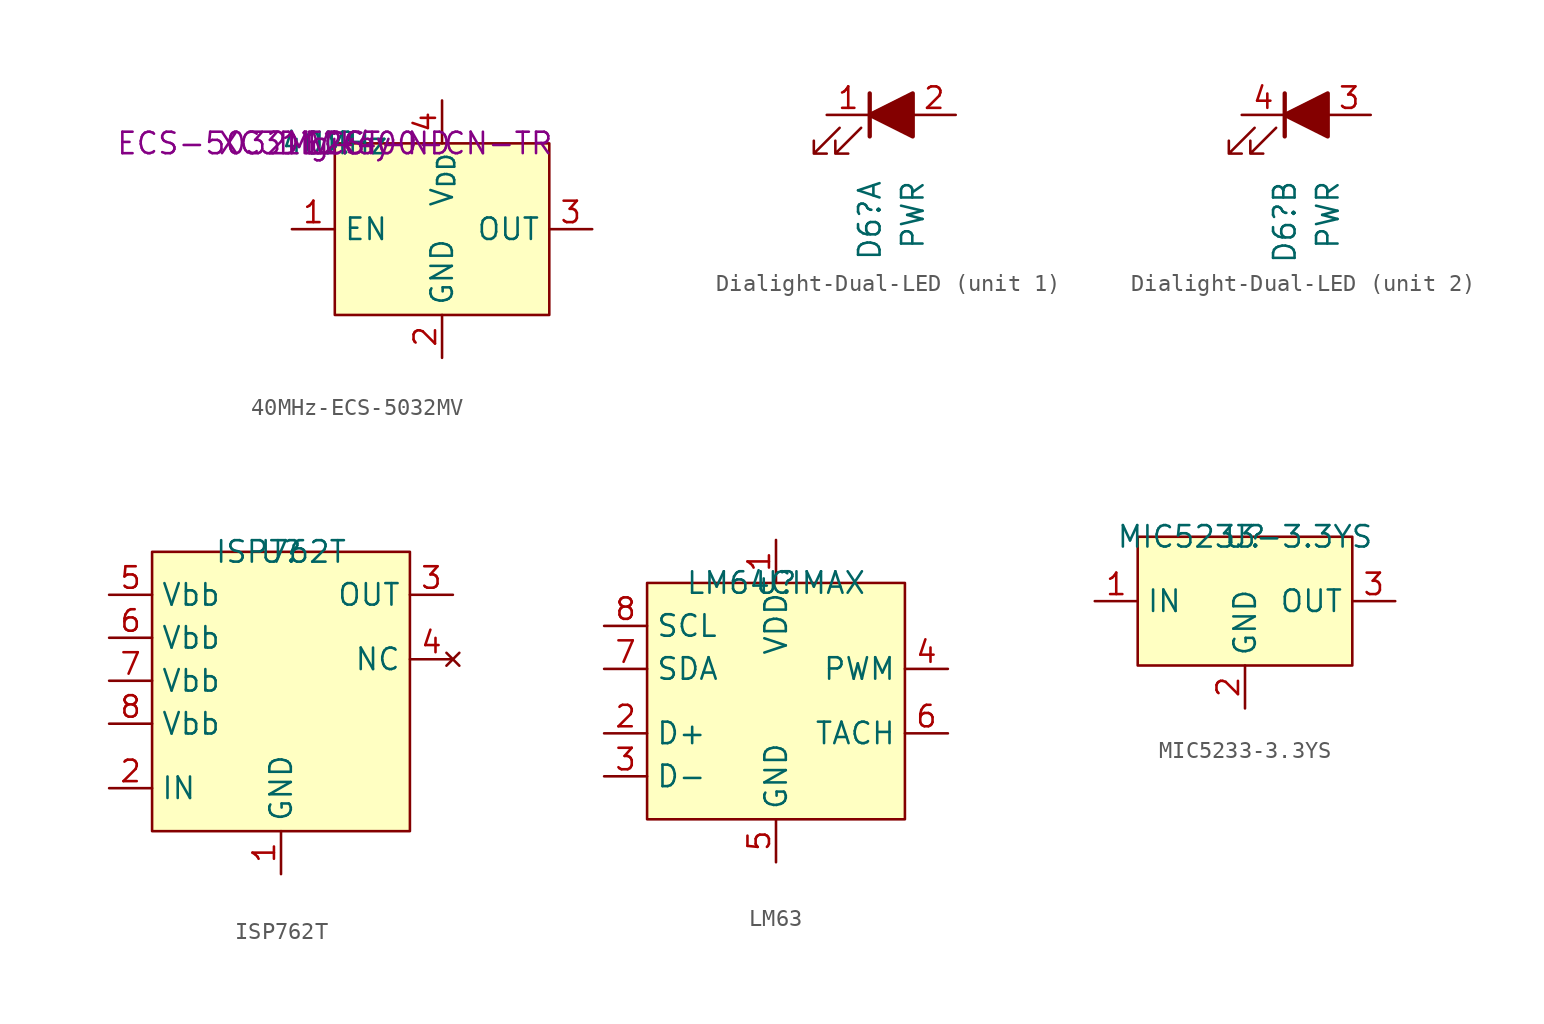
<source format=kicad_sym>
(kicad_symbol_lib
  (version 20220914)
  (generator kicad_symbol_editor)
  (symbol "40MHz-ECS-5032MV"
    (property "Reference" "U"
      (at 0 0 0)
      (effects (font (size 1.27 1.27))))
    (property "Value" "40MHz"
      (at 0 0 0)
      (effects (font (size 1.27 1.27))))
    (property "MFG" "ECS"
      (at 0 0 0)
      (effects (font (size 1.27 1.27))))
    (property "MFG P/N" "ECS-5032MV-400-CN-TR"
      (at 0 0 0)
      (effects (font (size 1.27 1.27))))
    (property "DIST" "Digikey"
      (at 0 0 0)
      (effects (font (size 1.27 1.27))))
    (property "DIST P/N" "XC3112CT-ND"
      (at 0 0 0)
      (effects (font (size 1.27 1.27))))
    (symbol "40MHz-ECS-5032MV_1_1"
      (rectangle (start 0 0) (end 12.7 -10.16) (stroke (width 0) (type default)) (fill (type background)))
      (pin input line (at -2.54 -5.08 0) (length 2.54) (name "EN" (effects (font (size 1.27 1.27)))) (number "1" (effects (font (size 1.27 1.27)))))
      (pin passive line (at 6.35 -12.7 90) (length 2.54) (name "GND" (effects (font (size 1.27 1.27)))) (number "2" (effects (font (size 1.27 1.27)))))
      (pin output line (at 15.24 -5.08 180) (length 2.54) (name "OUT" (effects (font (size 1.27 1.27)))) (number "3" (effects (font (size 1.27 1.27)))))
      (pin power_in line (at 6.35 2.54 270) (length 2.54) (name "V_{DD}" (effects (font (size 1.27 1.27)))) (number "4" (effects (font (size 1.27 1.27)))))))
  (symbol "Dialight-Dual-LED"
    (pin_names
      (offset 1.016) hide)
    (property "Reference" "D6"
      (at -1.27 -3.81 90)
      (effects (font (size 1.27 1.27)) (justify right)))
    (property "Value" "PWR"
      (at 1.27 -3.81 90)
      (effects (font (size 1.27 1.27)) (justify right)))
    (property "ki_locked" ""
      (at 0 0 0)
      (effects (font (size 1.27 1.27))))
    (symbol "Dialight-Dual-LED_0_1"
      (polyline (pts (xy -1.27 -1.27) (xy -1.27 1.27)) (stroke (width 0.254) (type default) (color 132 0 0 1)) (fill (type color) (color 255 0 0 1)))
      (polyline (pts (xy 1.27 -1.27) (xy 1.27 1.27) (xy -1.27 0) (xy 1.27 -1.27)) (stroke (width 0.254) (type default) (color 132 0 0 1)) (fill (type outline)))
      (polyline (pts (xy -3.048 -0.762) (xy -4.572 -2.286) (xy -3.81 -2.286) (xy -4.572 -2.286) (xy -4.572 -1.524)) (stroke (width 0) (type default) (color 132 0 0 1)) (fill (type none)))
      (polyline (pts (xy -1.778 -0.762) (xy -3.302 -2.286) (xy -2.54 -2.286) (xy -3.302 -2.286) (xy -3.302 -1.524)) (stroke (width 0) (type default) (color 132 0 0 1)) (fill (type none))))
    (symbol "Dialight-Dual-LED_1_1"
      (pin passive line (at -3.81 0 0) (length 2.54) (name "Red-K" (effects (font (size 1.27 1.27)))) (number "1" (effects (font (size 1.27 1.27)))))
      (pin passive line (at 3.81 0 180) (length 2.54) (name "RedA" (effects (font (size 1.27 1.27)))) (number "2" (effects (font (size 1.27 1.27))))))
    (symbol "Dialight-Dual-LED_2_1"
      (pin passive line (at 3.81 0 180) (length 2.54) (name "Green-A" (effects (font (size 1.27 1.27)))) (number "3" (effects (font (size 1.27 1.27)))))
      (pin passive line (at -3.81 0 0) (length 2.54) (name "Green-K" (effects (font (size 1.27 1.27)))) (number "4" (effects (font (size 1.27 1.27)))))))
  (symbol "ISP762T"
    (property "Reference" "U"
      (at 0 0 0)
      (effects (font (size 1.27 1.27))))
    (property "Value" "ISP762T"
      (at 0 0 0)
      (effects (font (size 1.27 1.27))))
    (symbol "ISP762T_1_1"
      (rectangle (start -7.62 0) (end 7.62 -16.51) (stroke (width 0) (type default)) (fill (type background)))
      (pin passive line (at 0 -19.05 90) (length 2.54) (name "GND" (effects (font (size 1.27 1.27)))) (number "1" (effects (font (size 1.27 1.27)))))
      (pin input line (at -10.16 -13.97 0) (length 2.54) (name "IN" (effects (font (size 1.27 1.27)))) (number "2" (effects (font (size 1.27 1.27)))))
      (pin output line (at 10.16 -2.54 180) (length 2.54) (name "OUT" (effects (font (size 1.27 1.27)))) (number "3" (effects (font (size 1.27 1.27)))))
      (pin no_connect line (at 10.16 -6.35 180) (length 2.54) (name "NC" (effects (font (size 1.27 1.27)))) (number "4" (effects (font (size 1.27 1.27)))))
      (pin power_in line (at -10.16 -2.54 0) (length 2.54) (name "Vbb" (effects (font (size 1.27 1.27)))) (number "5" (effects (font (size 1.27 1.27)))))
      (pin power_in line (at -10.16 -5.08 0) (length 2.54) (name "Vbb" (effects (font (size 1.27 1.27)))) (number "6" (effects (font (size 1.27 1.27)))))
      (pin power_in line (at -10.16 -7.62 0) (length 2.54) (name "Vbb" (effects (font (size 1.27 1.27)))) (number "7" (effects (font (size 1.27 1.27)))))
      (pin power_in line (at -10.16 -10.16 0) (length 2.54) (name "Vbb" (effects (font (size 1.27 1.27)))) (number "8" (effects (font (size 1.27 1.27)))))))
  (symbol "LM63"
    (property "Reference" "U"
      (at 0 0 0)
      (effects (font (size 1.27 1.27))))
    (property "Value" "LM64CIMAX"
      (at 0 0 0)
      (effects (font (size 1.27 1.27))))
    (symbol "LM63_1_1"
      (rectangle (start -7.62 0) (end 7.62 -13.97) (stroke (width 0) (type default)) (fill (type background)))
      (pin power_in line (at 0 2.54 270) (length 2.54) (name "VDD" (effects (font (size 1.27 1.27)))) (number "1" (effects (font (size 1.27 1.27)))))
      (pin passive line (at -10.16 -8.89 0) (length 2.54) (name "D+" (effects (font (size 1.27 1.27)))) (number "2" (effects (font (size 1.27 1.27)))))
      (pin passive line (at -10.16 -11.43 0) (length 2.54) (name "D-" (effects (font (size 1.27 1.27)))) (number "3" (effects (font (size 1.27 1.27)))))
      (pin open_collector line (at 10.16 -5.08 180) (length 2.54) (name "PWM" (effects (font (size 1.27 1.27)))) (number "4" (effects (font (size 1.27 1.27)))))
      (pin passive line (at 0 -16.51 90) (length 2.54) (name "GND" (effects (font (size 1.27 1.27)))) (number "5" (effects (font (size 1.27 1.27)))))
      (pin input line (at 10.16 -8.89 180) (length 2.54) (name "TACH" (effects (font (size 1.27 1.27)))) (number "6" (effects (font (size 1.27 1.27)))))
      (pin input line (at -10.16 -5.08 0) (length 2.54) (name "SDA" (effects (font (size 1.27 1.27)))) (number "7" (effects (font (size 1.27 1.27)))))
      (pin input line (at -10.16 -2.54 0) (length 2.54) (name "SCL" (effects (font (size 1.27 1.27)))) (number "8" (effects (font (size 1.27 1.27)))))))
  (symbol "MIC5233-3.3YS"
    (property "Reference" "U"
      (at 0 0 0)
      (effects (font (size 1.27 1.27))))
    (property "Value" "MIC5233-3.3YS"
      (at 0 0 0)
      (effects (font (size 1.27 1.27))))
    (symbol "MIC5233-3.3YS_1_1"
      (rectangle (start -6.35 0) (end 6.35 -7.62) (stroke (width 0) (type default)) (fill (type background)))
      (pin power_in line (at -8.89 -3.81 0) (length 2.54) (name "IN" (effects (font (size 1.27 1.27)))) (number "1" (effects (font (size 1.27 1.27)))))
      (pin passive line (at 0 -10.16 90) (length 2.54) (name "GND" (effects (font (size 1.27 1.27)))) (number "2" (effects (font (size 1.27 1.27)))))
      (pin power_out line (at 8.89 -3.81 180) (length 2.54) (name "OUT" (effects (font (size 1.27 1.27)))) (number "3" (effects (font (size 1.27 1.27))))))))
</source>
